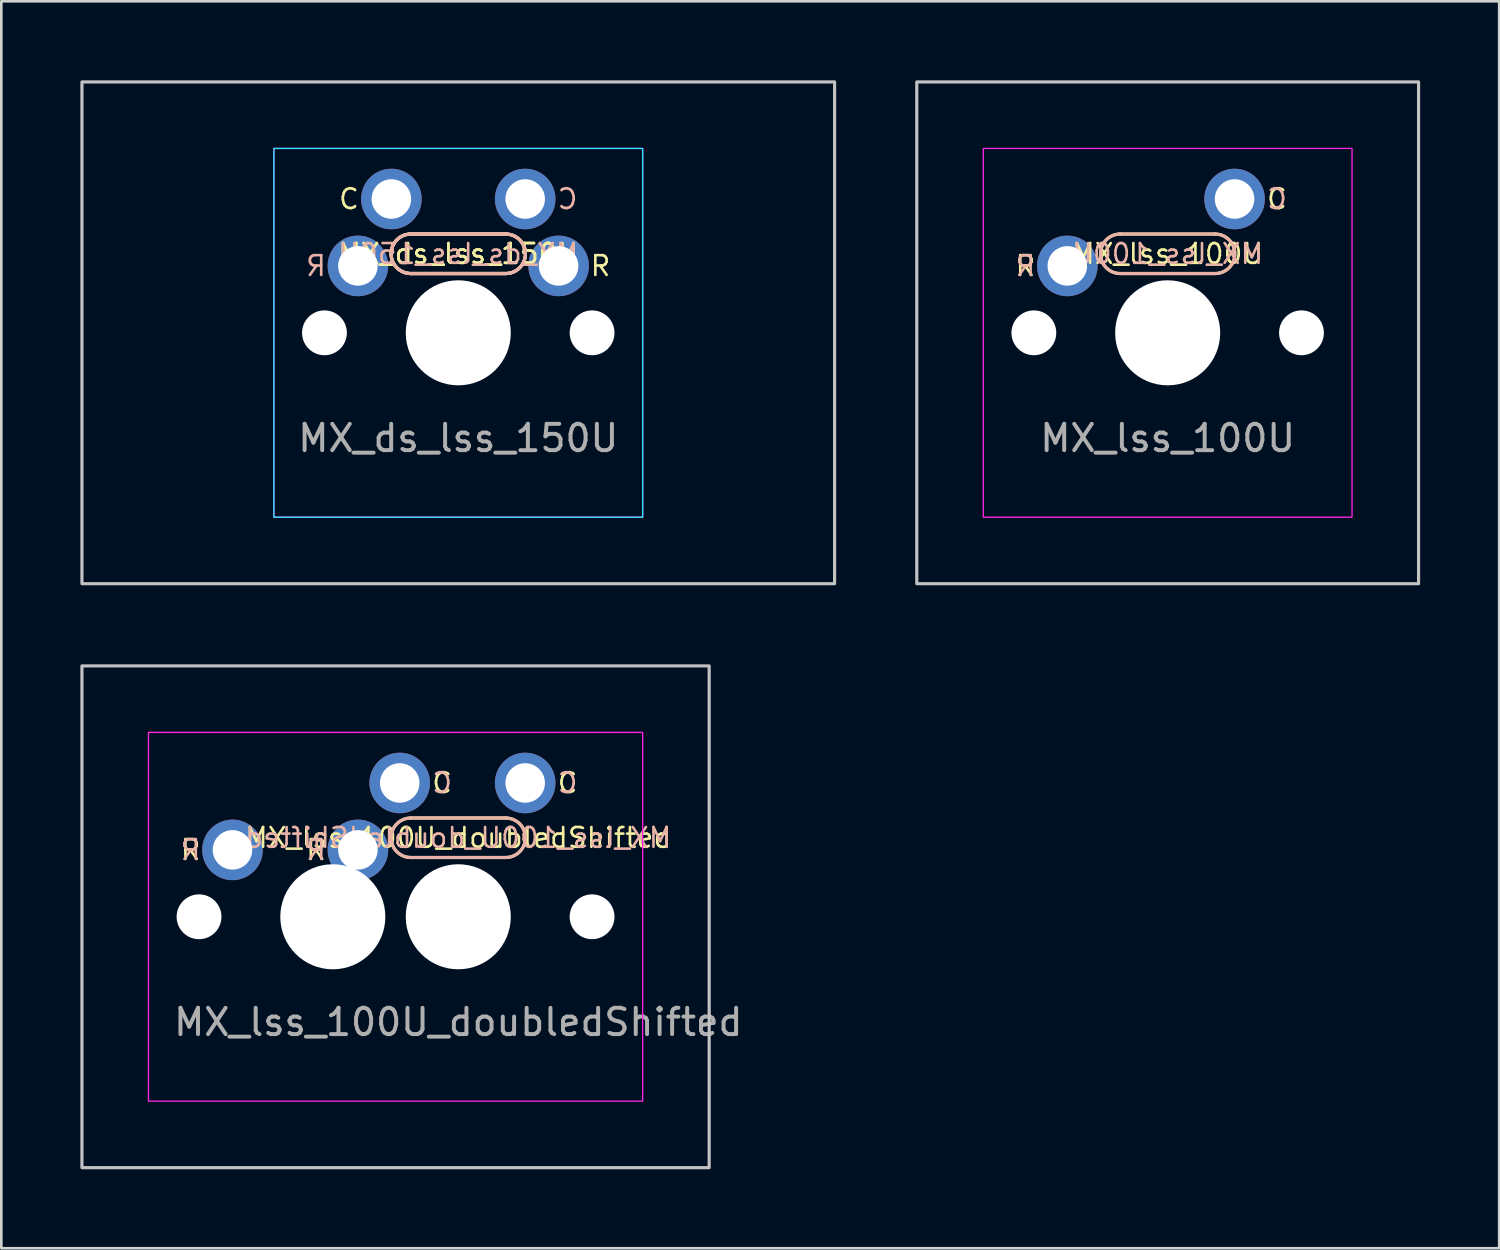
<source format=kicad_pcb>
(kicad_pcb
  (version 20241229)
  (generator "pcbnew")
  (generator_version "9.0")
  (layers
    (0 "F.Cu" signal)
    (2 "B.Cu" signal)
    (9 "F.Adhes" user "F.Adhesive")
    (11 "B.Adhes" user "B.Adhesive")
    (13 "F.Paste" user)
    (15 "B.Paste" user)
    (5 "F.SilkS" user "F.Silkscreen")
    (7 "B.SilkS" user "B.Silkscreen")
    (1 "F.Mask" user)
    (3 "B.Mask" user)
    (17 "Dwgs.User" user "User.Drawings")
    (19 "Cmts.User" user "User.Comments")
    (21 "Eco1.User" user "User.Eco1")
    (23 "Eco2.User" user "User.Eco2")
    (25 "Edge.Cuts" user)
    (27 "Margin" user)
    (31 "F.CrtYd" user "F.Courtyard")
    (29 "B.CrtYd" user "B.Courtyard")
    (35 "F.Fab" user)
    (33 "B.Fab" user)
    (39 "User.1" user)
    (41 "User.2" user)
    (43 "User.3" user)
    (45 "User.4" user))
  (footprint "MX_lss_100U_doubledShifted"
    (layer "F.Cu")
    (at 14.348 31.755)
    (property "Reference" "MX_lss_100U_doubledShifted" (at 0 -3 0) (unlocked yes) (layer "F.SilkS") (effects (font (size 0.75 0.75) (thickness 0.1))))
    (attr through_hole)
    (fp_line (start -1.8 -3.75) (end 1.8 -3.75) (stroke (width 0.12) (type solid)) (layer "F.SilkS"))
    (fp_line (start 1.8 -2.25) (end -1.8 -2.25) (stroke (width 0.12) (type solid)) (layer "F.SilkS"))
    (fp_arc (start -1.8 -2.25) (mid -2.55 -3) (end -1.8 -3.75) (stroke (width 0.12) (type solid)) (layer "F.SilkS"))
    (fp_arc (start 1.8 -3.75) (mid 2.55 -3) (end 1.8 -2.25) (stroke (width 0.12) (type solid)) (layer "F.SilkS"))
    (fp_line (start -1.8 -2.25) (end 1.8 -2.25) (stroke (width 0.12) (type solid)) (layer "B.SilkS"))
    (fp_line (start 1.8 -3.75) (end -1.8 -3.75) (stroke (width 0.12) (type solid)) (layer "B.SilkS"))
    (fp_arc (start -1.8 -2.25) (mid -2.55 -3) (end -1.8 -3.75) (stroke (width 0.12) (type solid)) (layer "B.SilkS"))
    (fp_arc (start 1.8 -3.75) (mid 2.55 -3) (end 1.8 -2.25) (stroke (width 0.12) (type solid)) (layer "B.SilkS"))
    (fp_rect (start -14.287 -9.525) (end 9.525 9.525) (stroke (width 0.12) (type solid)) (fill no) (layer "Dwgs.User"))
    (fp_rect (start -11.762 -7) (end 7 7) (stroke (width 0.05) (type solid)) (fill no) (layer "F.CrtYd"))
    (fp_text user "R" (at -10.162 -2.54 0) (unlocked yes) (layer "F.SilkS") (effects (font (size 0.75 0.75) (thickness 0.1))))
    (fp_text user "C" (at 4.15 -5.08 0) (unlocked yes) (layer "F.SilkS") (effects (font (size 0.75 0.75) (thickness 0.1))))
    (fp_text user "R" (at -5.4 -2.54 0) (unlocked yes) (layer "F.SilkS") (effects (font (size 0.75 0.75) (thickness 0.1))))
    (fp_text user "C" (at -0.613 -5.08 0) (unlocked yes) (layer "F.SilkS") (effects (font (size 0.75 0.75) (thickness 0.1))))
    (fp_text user "R" (at -10.162 -2.54 0) (unlocked yes) (layer "B.SilkS") (effects (font (size 0.75 0.75) (thickness 0.1)) (justify mirror)))
    (fp_text user "R" (at -5.4 -2.54 0) (unlocked yes) (layer "B.SilkS") (effects (font (size 0.75 0.75) (thickness 0.1)) (justify mirror)))
    (fp_text user "${REFERENCE}" (at 0 -3 0) (unlocked yes) (layer "B.SilkS") (effects (font (size 0.75 0.75) (thickness 0.1)) (justify mirror)))
    (fp_text user "C" (at -0.613 -5.08 0) (unlocked yes) (layer "B.SilkS") (effects (font (size 0.75 0.75) (thickness 0.1)) (justify mirror)))
    (fp_text user "C" (at 4.15 -5.08 0) (unlocked yes) (layer "B.SilkS") (effects (font (size 0.75 0.75) (thickness 0.1)) (justify mirror)))
    (fp_text user "${REFERENCE}" (at 0 4 0) (unlocked yes) (layer "F.Fab") (effects (font (size 1 1) (thickness 0.15))))
    (pad "" np_thru_hole circle (at -9.842 0) (size 1.702 1.702) (drill 1.702) (layers "*.Cu" "*.Mask"))
    (pad "" np_thru_hole circle (at -4.763 0) (size 3.988 3.988) (drill 3.988) (layers "*.Cu" "*.Mask"))
    (pad "" np_thru_hole circle (at 0 0) (size 3.988 3.988) (drill 3.988) (layers "*.Cu" "*.Mask"))
    (pad "" np_thru_hole circle (at 5.08 0) (size 1.702 1.702) (drill 1.702) (layers "*.Cu" "*.Mask"))
    (pad "1" thru_hole circle (at -2.223 -5.08) (size 2.3 2.3) (drill 1.5) (layers "*.Cu" "*.Mask"))
    (pad "1" thru_hole circle (at 2.54 -5.08) (size 2.3 2.3) (drill 1.5) (layers "*.Cu" "*.Mask"))
    (pad "2" thru_hole circle (at -8.572 -2.54) (size 2.3 2.3) (drill 1.5) (layers "*.Cu" "*.Mask"))
    (pad "2" thru_hole circle (at -3.81 -2.54) (size 2.3 2.3) (drill 1.5) (layers "*.Cu" "*.Mask")))
  (footprint "MX_ds_lss_150U"
    (layer "F.Cu")
    (at 14.348 9.585)
    (property "Reference" "MX_ds_lss_150U" (at 0 -3 0) (unlocked yes) (layer "F.SilkS") (effects (font (size 0.75 0.75) (thickness 0.1))))
    (attr through_hole)
    (fp_line (start -1.8 -3.75) (end 1.8 -3.75) (stroke (width 0.12) (type solid)) (layer "F.SilkS"))
    (fp_line (start -1.8 -3.75) (end 1.8 -3.75) (stroke (width 0.12) (type solid)) (layer "F.SilkS"))
    (fp_line (start 1.8 -2.25) (end -1.8 -2.25) (stroke (width 0.12) (type solid)) (layer "F.SilkS"))
    (fp_line (start 1.8 -2.25) (end -1.8 -2.25) (stroke (width 0.12) (type solid)) (layer "F.SilkS"))
    (fp_arc (start -1.8 -2.25) (mid -2.55 -3) (end -1.8 -3.75) (stroke (width 0.12) (type solid)) (layer "F.SilkS"))
    (fp_arc (start -1.8 -2.25) (mid -2.55 -3) (end -1.8 -3.75) (stroke (width 0.12) (type solid)) (layer "F.SilkS"))
    (fp_arc (start 1.8 -3.75) (mid 2.55 -3) (end 1.8 -2.25) (stroke (width 0.12) (type solid)) (layer "F.SilkS"))
    (fp_arc (start 1.8 -3.75) (mid 2.55 -3) (end 1.8 -2.25) (stroke (width 0.12) (type solid)) (layer "F.SilkS"))
    (fp_line (start -1.8 -2.25) (end 1.8 -2.25) (stroke (width 0.12) (type solid)) (layer "B.SilkS"))
    (fp_line (start -1.8 -2.25) (end 1.8 -2.25) (stroke (width 0.12) (type solid)) (layer "B.SilkS"))
    (fp_line (start 1.8 -3.75) (end -1.8 -3.75) (stroke (width 0.12) (type solid)) (layer "B.SilkS"))
    (fp_line (start 1.8 -3.75) (end -1.8 -3.75) (stroke (width 0.12) (type solid)) (layer "B.SilkS"))
    (fp_arc (start -1.8 -2.25) (mid -2.55 -3) (end -1.8 -3.75) (stroke (width 0.12) (type solid)) (layer "B.SilkS"))
    (fp_arc (start -1.8 -2.25) (mid -2.55 -3) (end -1.8 -3.75) (stroke (width 0.12) (type solid)) (layer "B.SilkS"))
    (fp_arc (start 1.8 -3.75) (mid 2.55 -3) (end 1.8 -2.25) (stroke (width 0.12) (type solid)) (layer "B.SilkS"))
    (fp_arc (start 1.8 -3.75) (mid 2.55 -3) (end 1.8 -2.25) (stroke (width 0.12) (type solid)) (layer "B.SilkS"))
    (fp_rect (start -14.287 -9.525) (end 14.287 9.525) (stroke (width 0.12) (type solid)) (fill no) (layer "Dwgs.User"))
    (fp_rect (start -7 -7) (end 7 7) (stroke (width 0.05) (type solid)) (fill no) (layer "B.CrtYd"))
    (fp_rect (start -7 -7) (end 7 7) (stroke (width 0.05) (type solid)) (fill no) (layer "F.CrtYd"))
    (fp_text user "C" (at -4.15 -5.08 0) (unlocked yes) (layer "F.SilkS") (effects (font (size 0.75 0.75) (thickness 0.1))))
    (fp_text user "R" (at 5.4 -2.54 0) (unlocked yes) (layer "F.SilkS") (effects (font (size 0.75 0.75) (thickness 0.1))))
    (fp_text user "${REFERENCE}" (at 0 -3 0) (unlocked yes) (layer "F.SilkS") (effects (font (size 0.75 0.75) (thickness 0.1))))
    (fp_text user "R" (at -5.4 -2.54 0) (unlocked yes) (layer "B.SilkS") (effects (font (size 0.75 0.75) (thickness 0.1)) (justify mirror)))
    (fp_text user "${REFERENCE}" (at 0 -3 0) (unlocked yes) (layer "B.SilkS") (effects (font (size 0.75 0.75) (thickness 0.1)) (justify mirror)))
    (fp_text user "C" (at 4.15 -5.08 0) (unlocked yes) (layer "B.SilkS") (effects (font (size 0.75 0.75) (thickness 0.1)) (justify mirror)))
    (fp_text user "${REFERENCE}" (at 0 4 0) (unlocked yes) (layer "F.Fab") (effects (font (size 1 1) (thickness 0.15))))
    (pad "" np_thru_hole circle (at -5.08 0) (size 1.702 1.702) (drill 1.702) (layers "*.Cu" "*.Mask"))
    (pad "" np_thru_hole circle (at 0 0) (size 3.988 3.988) (drill 3.988) (layers "*.Cu" "*.Mask"))
    (pad "" np_thru_hole circle (at 5.08 0) (size 1.702 1.702) (drill 1.702) (layers "*.Cu" "*.Mask"))
    (pad "1" thru_hole circle (at -2.54 -5.08) (size 2.3 2.3) (drill 1.5) (layers "*.Cu" "*.Mask"))
    (pad "1" thru_hole circle (at 2.54 -5.08) (size 2.3 2.3) (drill 1.5) (layers "*.Cu" "*.Mask"))
    (pad "2" thru_hole circle (at -3.81 -2.54) (size 2.3 2.3) (drill 1.5) (layers "*.Cu" "*.Mask"))
    (pad "2" thru_hole circle (at 3.81 -2.54) (size 2.3 2.3) (drill 1.5) (layers "*.Cu" "*.Mask")))
  (footprint "MX_lss_100U"
    (layer "F.Cu")
    (at 41.28 9.585)
    (property "Reference" "MX_lss_100U" (at 0 -3 0) (unlocked yes) (layer "F.SilkS") (effects (font (size 0.75 0.75) (thickness 0.1))))
    (attr through_hole)
    (fp_line (start -1.8 -3.75) (end 1.8 -3.75) (stroke (width 0.12) (type solid)) (layer "F.SilkS"))
    (fp_line (start 1.8 -2.25) (end -1.8 -2.25) (stroke (width 0.12) (type solid)) (layer "F.SilkS"))
    (fp_arc (start -1.8 -2.25) (mid -2.55 -3) (end -1.8 -3.75) (stroke (width 0.12) (type solid)) (layer "F.SilkS"))
    (fp_arc (start 1.8 -3.75) (mid 2.55 -3) (end 1.8 -2.25) (stroke (width 0.12) (type solid)) (layer "F.SilkS"))
    (fp_line (start -1.8 -2.25) (end 1.8 -2.25) (stroke (width 0.12) (type solid)) (layer "B.SilkS"))
    (fp_line (start 1.8 -3.75) (end -1.8 -3.75) (stroke (width 0.12) (type solid)) (layer "B.SilkS"))
    (fp_arc (start -1.8 -2.25) (mid -2.55 -3) (end -1.8 -3.75) (stroke (width 0.12) (type solid)) (layer "B.SilkS"))
    (fp_arc (start 1.8 -3.75) (mid 2.55 -3) (end 1.8 -2.25) (stroke (width 0.12) (type solid)) (layer "B.SilkS"))
    (fp_rect (start -9.525 -9.525) (end 9.525 9.525) (stroke (width 0.12) (type solid)) (fill no) (layer "Dwgs.User"))
    (fp_rect (start -7 -7) (end 7 7) (stroke (width 0.05) (type solid)) (fill no) (layer "F.CrtYd"))
    (fp_text user "C" (at 4.15 -5.08 0) (unlocked yes) (layer "F.SilkS") (effects (font (size 0.75 0.75) (thickness 0.1))))
    (fp_text user "R" (at -5.4 -2.54 0) (unlocked yes) (layer "F.SilkS") (effects (font (size 0.75 0.75) (thickness 0.1))))
    (fp_text user "R" (at -5.4 -2.54 0) (unlocked yes) (layer "B.SilkS") (effects (font (size 0.75 0.75) (thickness 0.1)) (justify mirror)))
    (fp_text user "${REFERENCE}" (at 0 -3 0) (unlocked yes) (layer "B.SilkS") (effects (font (size 0.75 0.75) (thickness 0.1)) (justify mirror)))
    (fp_text user "C" (at 4.15 -5.08 0) (unlocked yes) (layer "B.SilkS") (effects (font (size 0.75 0.75) (thickness 0.1)) (justify mirror)))
    (fp_text user "${REFERENCE}" (at 0 4 0) (unlocked yes) (layer "F.Fab") (effects (font (size 1 1) (thickness 0.15))))
    (pad "" np_thru_hole circle (at -5.08 0) (size 1.702 1.702) (drill 1.702) (layers "*.Cu" "*.Mask"))
    (pad "" np_thru_hole circle (at 0 0) (size 3.988 3.988) (drill 3.988) (layers "*.Cu" "*.Mask"))
    (pad "" np_thru_hole circle (at 5.08 0) (size 1.702 1.702) (drill 1.702) (layers "*.Cu" "*.Mask"))
    (pad "1" thru_hole circle (at 2.54 -5.08) (size 2.3 2.3) (drill 1.5) (layers "*.Cu" "*.Mask"))
    (pad "2" thru_hole circle (at -3.81 -2.54) (size 2.3 2.3) (drill 1.5) (layers "*.Cu" "*.Mask")))
  (gr_rect
    (start -3 -3)
    (end 53.865 44.34)
    (stroke (width 0.1) (type default))
    (fill no)
    (layer "Edge.Cuts")))
</source>
